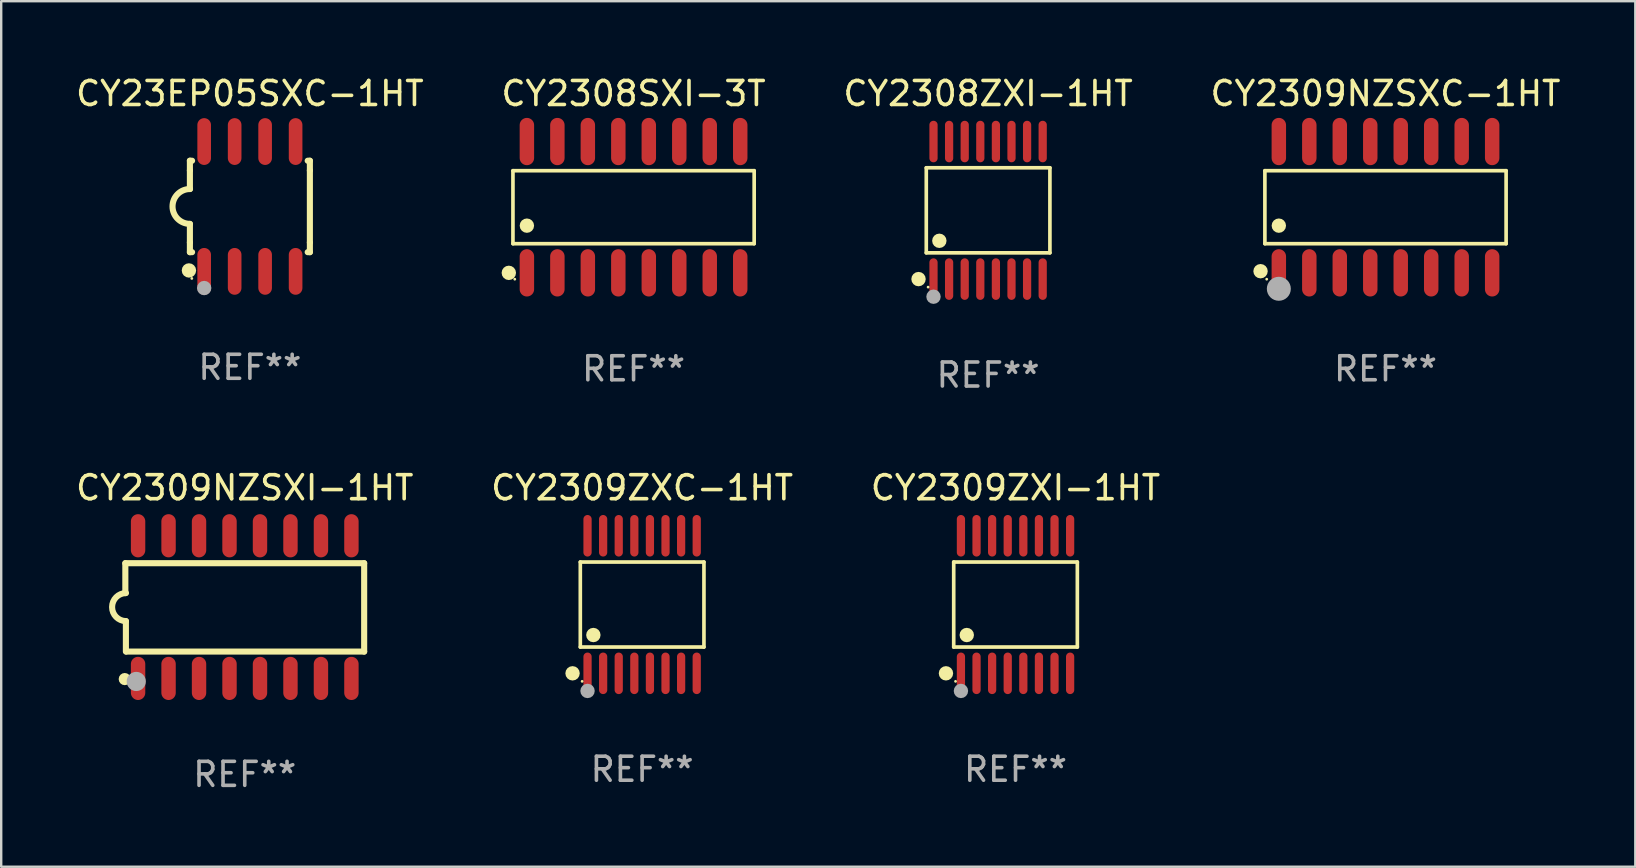
<source format=kicad_pcb>
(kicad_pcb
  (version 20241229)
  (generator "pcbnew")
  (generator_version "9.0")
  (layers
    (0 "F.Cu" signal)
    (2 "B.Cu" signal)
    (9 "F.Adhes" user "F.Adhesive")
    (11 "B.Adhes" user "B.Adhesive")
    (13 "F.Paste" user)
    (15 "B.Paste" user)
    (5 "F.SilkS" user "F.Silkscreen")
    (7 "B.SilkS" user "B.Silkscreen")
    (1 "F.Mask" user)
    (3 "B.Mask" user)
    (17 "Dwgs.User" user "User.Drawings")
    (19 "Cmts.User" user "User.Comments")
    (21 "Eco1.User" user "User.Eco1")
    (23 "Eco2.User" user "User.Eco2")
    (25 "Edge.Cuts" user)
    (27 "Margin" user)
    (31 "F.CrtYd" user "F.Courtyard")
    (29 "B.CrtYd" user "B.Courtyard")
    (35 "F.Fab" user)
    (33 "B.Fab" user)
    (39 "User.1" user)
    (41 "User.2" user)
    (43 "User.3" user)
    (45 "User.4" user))
  (footprint "CY2309NZSXI-1HT"
    (layer "F.Cu")
    (at 7.149 22.248)
    (property "Reference" "CY2309NZSXI-1HT" (at 0 -4.972 0) (layer "F.SilkS") (effects (font (size 1 1) (thickness 0.15))))
    (attr through_hole)
    (fp_line (start -4.976 -1.829) (end -4.976 -0.584) (stroke (width 0.254) (type solid)) (layer "F.SilkS"))
    (fp_line (start -4.953 0.584) (end -4.953 1.854) (stroke (width 0.254) (type solid)) (layer "F.SilkS"))
    (fp_line (start -4.928 1.854) (end 4.976 1.854) (stroke (width 0.254) (type solid)) (layer "F.SilkS"))
    (fp_line (start 4.976 -1.829) (end -4.976 -1.829) (stroke (width 0.254) (type solid)) (layer "F.SilkS"))
    (fp_line (start 4.976 1.854) (end 4.976 -1.829) (stroke (width 0.254) (type solid)) (layer "F.SilkS"))
    (fp_arc (start -4.95301 0.584201) (mid -5.533866 -0.00152) (end -4.950088 -0.584329) (stroke (width 0.254001) (type solid)) (layer "F.SilkS"))
    (fp_circle (center -5 3) (end -4.873 3) (stroke (width 0.254) (type solid)) (fill no) (layer "F.SilkS"))
    (fp_circle (center -4.521 3.099) (end -4.321 3.099) (stroke (width 0.4) (type solid)) (fill no) (layer "F.Fab"))
    (fp_text user "REF**" (at 0 6.972 0) (layer "F.Fab") (effects (font (size 1 1) (thickness 0.15))))
    (pad "1" smd oval (at -4.445 2.972 180) (size 0.6 1.8) (layers "F.Cu" "F.Mask" "F.Paste"))
    (pad "2" smd oval (at -3.175 2.972 180) (size 0.6 1.8) (layers "F.Cu" "F.Mask" "F.Paste"))
    (pad "3" smd oval (at -1.905 2.972 180) (size 0.6 1.8) (layers "F.Cu" "F.Mask" "F.Paste"))
    (pad "4" smd oval (at -0.635 2.972 180) (size 0.6 1.8) (layers "F.Cu" "F.Mask" "F.Paste"))
    (pad "5" smd oval (at 0.635 2.972 180) (size 0.6 1.8) (layers "F.Cu" "F.Mask" "F.Paste"))
    (pad "6" smd oval (at 1.905 2.972 180) (size 0.6 1.8) (layers "F.Cu" "F.Mask" "F.Paste"))
    (pad "7" smd oval (at 3.175 2.972 180) (size 0.6 1.8) (layers "F.Cu" "F.Mask" "F.Paste"))
    (pad "8" smd oval (at 4.445 2.972 180) (size 0.6 1.8) (layers "F.Cu" "F.Mask" "F.Paste"))
    (pad "9" smd oval (at 4.445 -2.972 180) (size 0.6 1.8) (layers "F.Cu" "F.Mask" "F.Paste"))
    (pad "10" smd oval (at 3.175 -2.972 180) (size 0.6 1.8) (layers "F.Cu" "F.Mask" "F.Paste"))
    (pad "11" smd oval (at 1.905 -2.972 180) (size 0.6 1.8) (layers "F.Cu" "F.Mask" "F.Paste"))
    (pad "12" smd oval (at 0.635 -2.972 180) (size 0.6 1.8) (layers "F.Cu" "F.Mask" "F.Paste"))
    (pad "13" smd oval (at -0.635 -2.972 180) (size 0.6 1.8) (layers "F.Cu" "F.Mask" "F.Paste"))
    (pad "14" smd oval (at -1.905 -2.972 180) (size 0.6 1.8) (layers "F.Cu" "F.Mask" "F.Paste"))
    (pad "15" smd oval (at -3.175 -2.972 180) (size 0.6 1.8) (layers "F.Cu" "F.Mask" "F.Paste"))
    (pad "16" smd oval (at -4.445 -2.972 180) (size 0.6 1.8) (layers "F.Cu" "F.Mask" "F.Paste")))
  (footprint "CY2309ZXI-1HT"
    (layer "F.Cu")
    (at 39.268 22.142)
    (property "Reference" "CY2309ZXI-1HT" (at 0 -4.866 0) (layer "F.SilkS") (effects (font (size 1 1) (thickness 0.15))))
    (attr through_hole)
    (fp_line (start -2.576 -1.772) (end 2.576 -1.772) (stroke (width 0.152) (type solid)) (layer "F.SilkS"))
    (fp_line (start -2.576 1.771) (end -2.576 -1.772) (stroke (width 0.152) (type solid)) (layer "F.SilkS"))
    (fp_line (start 2.576 -1.772) (end 2.576 1.771) (stroke (width 0.152) (type solid)) (layer "F.SilkS"))
    (fp_line (start 2.576 1.771) (end -2.576 1.771) (stroke (width 0.152) (type solid)) (layer "F.SilkS"))
    (fp_circle (center -2.899 2.866) (end -2.749 2.866) (stroke (width 0.3) (type solid)) (fill no) (layer "F.SilkS"))
    (fp_circle (center -2.5 3.2) (end -2.47 3.2) (stroke (width 0.06) (type solid)) (fill no) (layer "F.SilkS"))
    (fp_circle (center -2.032 1.27) (end -1.882 1.27) (stroke (width 0.3) (type solid)) (fill no) (layer "F.SilkS"))
    (fp_circle (center -2.275 3.6) (end -2.125 3.6) (stroke (width 0.3) (type solid)) (fill no) (layer "F.Fab"))
    (fp_text user "REF**" (at 0 6.866 0) (layer "F.Fab") (effects (font (size 1 1) (thickness 0.15))))
    (pad "1" smd oval (at -2.275 2.866) (size 0.343 1.731) (layers "F.Cu" "F.Mask" "F.Paste"))
    (pad "2" smd oval (at -1.625 2.866) (size 0.343 1.731) (layers "F.Cu" "F.Mask" "F.Paste"))
    (pad "3" smd oval (at -0.975 2.866) (size 0.343 1.731) (layers "F.Cu" "F.Mask" "F.Paste"))
    (pad "4" smd oval (at -0.325 2.866) (size 0.343 1.731) (layers "F.Cu" "F.Mask" "F.Paste"))
    (pad "5" smd oval (at 0.325 2.866) (size 0.343 1.731) (layers "F.Cu" "F.Mask" "F.Paste"))
    (pad "6" smd oval (at 0.975 2.866) (size 0.343 1.731) (layers "F.Cu" "F.Mask" "F.Paste"))
    (pad "7" smd oval (at 1.625 2.866) (size 0.343 1.731) (layers "F.Cu" "F.Mask" "F.Paste"))
    (pad "8" smd oval (at 2.275 2.866) (size 0.343 1.731) (layers "F.Cu" "F.Mask" "F.Paste"))
    (pad "9" smd oval (at 2.275 -2.866) (size 0.343 1.731) (layers "F.Cu" "F.Mask" "F.Paste"))
    (pad "10" smd oval (at 1.625 -2.866) (size 0.343 1.731) (layers "F.Cu" "F.Mask" "F.Paste"))
    (pad "11" smd oval (at 0.975 -2.866) (size 0.343 1.731) (layers "F.Cu" "F.Mask" "F.Paste"))
    (pad "12" smd oval (at 0.325 -2.866) (size 0.343 1.731) (layers "F.Cu" "F.Mask" "F.Paste"))
    (pad "13" smd oval (at -0.325 -2.866) (size 0.343 1.731) (layers "F.Cu" "F.Mask" "F.Paste"))
    (pad "14" smd oval (at -0.975 -2.866) (size 0.343 1.731) (layers "F.Cu" "F.Mask" "F.Paste"))
    (pad "15" smd oval (at -1.625 -2.866) (size 0.343 1.731) (layers "F.Cu" "F.Mask" "F.Paste"))
    (pad "16" smd oval (at -2.275 -2.866) (size 0.343 1.731) (layers "F.Cu" "F.Mask" "F.Paste")))
  (footprint "CY2308SXI-3T"
    (layer "F.Cu")
    (at 23.351 5.584)
    (property "Reference" "CY2308SXI-3T" (at 0 -4.736 0) (layer "F.SilkS") (effects (font (size 1 1) (thickness 0.15))))
    (attr through_hole)
    (fp_line (start -5.026 -1.521) (end 5.026 -1.521) (stroke (width 0.152) (type solid)) (layer "F.SilkS"))
    (fp_line (start -5.026 1.521) (end -5.026 -1.521) (stroke (width 0.152) (type solid)) (layer "F.SilkS"))
    (fp_line (start 5.026 -1.521) (end 5.026 1.521) (stroke (width 0.152) (type solid)) (layer "F.SilkS"))
    (fp_line (start 5.026 1.521) (end -5.026 1.521) (stroke (width 0.152) (type solid)) (layer "F.SilkS"))
    (fp_circle (center -5.198 2.736) (end -5.048 2.736) (stroke (width 0.3) (type solid)) (fill no) (layer "F.SilkS"))
    (fp_circle (center -4.95 3) (end -4.92 3) (stroke (width 0.06) (type solid)) (fill no) (layer "F.SilkS"))
    (fp_circle (center -4.445 0.769) (end -4.295 0.769) (stroke (width 0.3) (type solid)) (fill no) (layer "F.SilkS"))
    (fp_text user "REF**" (at 0 6.736 0) (layer "F.Fab") (effects (font (size 1 1) (thickness 0.15))))
    (pad "1" smd oval (at -4.445 2.736) (size 0.602 1.971) (layers "F.Cu" "F.Mask" "F.Paste"))
    (pad "2" smd oval (at -3.175 2.736) (size 0.602 1.971) (layers "F.Cu" "F.Mask" "F.Paste"))
    (pad "3" smd oval (at -1.905 2.736) (size 0.602 1.971) (layers "F.Cu" "F.Mask" "F.Paste"))
    (pad "4" smd oval (at -0.635 2.736) (size 0.602 1.971) (layers "F.Cu" "F.Mask" "F.Paste"))
    (pad "5" smd oval (at 0.635 2.736) (size 0.602 1.971) (layers "F.Cu" "F.Mask" "F.Paste"))
    (pad "6" smd oval (at 1.905 2.736) (size 0.602 1.971) (layers "F.Cu" "F.Mask" "F.Paste"))
    (pad "7" smd oval (at 3.175 2.736) (size 0.602 1.971) (layers "F.Cu" "F.Mask" "F.Paste"))
    (pad "8" smd oval (at 4.445 2.736) (size 0.602 1.971) (layers "F.Cu" "F.Mask" "F.Paste"))
    (pad "9" smd oval (at 4.445 -2.736) (size 0.602 1.971) (layers "F.Cu" "F.Mask" "F.Paste"))
    (pad "10" smd oval (at 3.175 -2.736) (size 0.602 1.971) (layers "F.Cu" "F.Mask" "F.Paste"))
    (pad "11" smd oval (at 1.905 -2.736) (size 0.602 1.971) (layers "F.Cu" "F.Mask" "F.Paste"))
    (pad "12" smd oval (at 0.635 -2.736) (size 0.602 1.971) (layers "F.Cu" "F.Mask" "F.Paste"))
    (pad "13" smd oval (at -0.635 -2.736) (size 0.602 1.971) (layers "F.Cu" "F.Mask" "F.Paste"))
    (pad "14" smd oval (at -1.905 -2.736) (size 0.602 1.971) (layers "F.Cu" "F.Mask" "F.Paste"))
    (pad "15" smd oval (at -3.175 -2.736) (size 0.602 1.971) (layers "F.Cu" "F.Mask" "F.Paste"))
    (pad "16" smd oval (at -4.445 -2.736) (size 0.602 1.971) (layers "F.Cu" "F.Mask" "F.Paste")))
  (footprint "CY2309NZSXC-1HT"
    (layer "F.Cu")
    (at 54.685 5.584)
    (property "Reference" "CY2309NZSXC-1HT" (at 0 -4.736 0) (layer "F.SilkS") (effects (font (size 1 1) (thickness 0.15))))
    (attr through_hole)
    (fp_line (start -5.026 -1.521) (end 5.026 -1.521) (stroke (width 0.152) (type solid)) (layer "F.SilkS"))
    (fp_line (start -5.026 1.521) (end -5.026 -1.521) (stroke (width 0.152) (type solid)) (layer "F.SilkS"))
    (fp_line (start 5.026 -1.521) (end 5.026 1.521) (stroke (width 0.152) (type solid)) (layer "F.SilkS"))
    (fp_line (start 5.026 1.521) (end -5.026 1.521) (stroke (width 0.152) (type solid)) (layer "F.SilkS"))
    (fp_circle (center -5.207 2.667) (end -5.057 2.667) (stroke (width 0.3) (type solid)) (fill no) (layer "F.SilkS"))
    (fp_circle (center -4.95 3) (end -4.92 3) (stroke (width 0.06) (type solid)) (fill no) (layer "F.SilkS"))
    (fp_circle (center -4.445 0.769) (end -4.295 0.769) (stroke (width 0.3) (type solid)) (fill no) (layer "F.SilkS"))
    (fp_circle (center -4.445 3.4) (end -4.195 3.4) (stroke (width 0.5) (type solid)) (fill no) (layer "F.Fab"))
    (fp_text user "REF**" (at 0 6.736 0) (layer "F.Fab") (effects (font (size 1 1) (thickness 0.15))))
    (pad "1" smd oval (at -4.445 2.736) (size 0.602 1.971) (layers "F.Cu" "F.Mask" "F.Paste"))
    (pad "2" smd oval (at -3.175 2.736) (size 0.602 1.971) (layers "F.Cu" "F.Mask" "F.Paste"))
    (pad "3" smd oval (at -1.905 2.736) (size 0.602 1.971) (layers "F.Cu" "F.Mask" "F.Paste"))
    (pad "4" smd oval (at -0.635 2.736) (size 0.602 1.971) (layers "F.Cu" "F.Mask" "F.Paste"))
    (pad "5" smd oval (at 0.635 2.736) (size 0.602 1.971) (layers "F.Cu" "F.Mask" "F.Paste"))
    (pad "6" smd oval (at 1.905 2.736) (size 0.602 1.971) (layers "F.Cu" "F.Mask" "F.Paste"))
    (pad "7" smd oval (at 3.175 2.736) (size 0.602 1.971) (layers "F.Cu" "F.Mask" "F.Paste"))
    (pad "8" smd oval (at 4.445 2.736) (size 0.602 1.971) (layers "F.Cu" "F.Mask" "F.Paste"))
    (pad "9" smd oval (at 4.445 -2.736) (size 0.602 1.971) (layers "F.Cu" "F.Mask" "F.Paste"))
    (pad "10" smd oval (at 3.175 -2.736) (size 0.602 1.971) (layers "F.Cu" "F.Mask" "F.Paste"))
    (pad "11" smd oval (at 1.905 -2.736) (size 0.602 1.971) (layers "F.Cu" "F.Mask" "F.Paste"))
    (pad "12" smd oval (at 0.635 -2.736) (size 0.602 1.971) (layers "F.Cu" "F.Mask" "F.Paste"))
    (pad "13" smd oval (at -0.635 -2.736) (size 0.602 1.971) (layers "F.Cu" "F.Mask" "F.Paste"))
    (pad "14" smd oval (at -1.905 -2.736) (size 0.602 1.971) (layers "F.Cu" "F.Mask" "F.Paste"))
    (pad "15" smd oval (at -3.175 -2.736) (size 0.602 1.971) (layers "F.Cu" "F.Mask" "F.Paste"))
    (pad "16" smd oval (at -4.445 -2.736) (size 0.602 1.971) (layers "F.Cu" "F.Mask" "F.Paste")))
  (footprint "CY23EP05SXC-1HT"
    (layer "F.Cu")
    (at 7.363 5.553)
    (property "Reference" "CY23EP05SXC-1HT" (at 0 -4.705 0) (layer "F.SilkS") (effects (font (size 1 1) (thickness 0.15))))
    (attr through_hole)
    (fp_line (start -2.5 -1.905) (end -2.409 -1.905) (stroke (width 0.254) (type solid)) (layer "F.SilkS"))
    (fp_line (start -2.5 -1.5) (end -2.5 -1.905) (stroke (width 0.254) (type solid)) (layer "F.SilkS"))
    (fp_line (start -2.5 -1.5) (end -2.5 -0.726) (stroke (width 0.254) (type solid)) (layer "F.SilkS"))
    (fp_line (start -2.5 1.5) (end -2.5 0.727) (stroke (width 0.254) (type solid)) (layer "F.SilkS"))
    (fp_line (start -2.5 1.5) (end -2.5 1.905) (stroke (width 0.254) (type solid)) (layer "F.SilkS"))
    (fp_line (start -2.5 1.905) (end -2.409 1.905) (stroke (width 0.254) (type solid)) (layer "F.SilkS"))
    (fp_line (start 2.5 -1.905) (end 2.409 -1.905) (stroke (width 0.254) (type solid)) (layer "F.SilkS"))
    (fp_line (start 2.5 -1.5) (end 2.5 -1.905) (stroke (width 0.254) (type solid)) (layer "F.SilkS"))
    (fp_line (start 2.5 -1.5) (end 2.5 1.5) (stroke (width 0.254) (type solid)) (layer "F.SilkS"))
    (fp_line (start 2.5 1.5) (end 2.5 1.905) (stroke (width 0.254) (type solid)) (layer "F.SilkS"))
    (fp_line (start 2.5 1.905) (end 2.409 1.905) (stroke (width 0.254) (type solid)) (layer "F.SilkS"))
    (fp_arc (start -2.5 0.726568) (mid -3.220316 -0.0023) (end -2.495097 -0.726289) (stroke (width 0.254001) (type solid)) (layer "F.SilkS"))
    (fp_circle (center -2.54 2.667) (end -2.39 2.667) (stroke (width 0.3) (type solid)) (fill no) (layer "F.SilkS"))
    (fp_circle (center -2.42 3) (end -2.39 3) (stroke (width 0.06) (type solid)) (fill no) (layer "F.SilkS"))
    (fp_circle (center -1.905 3.4) (end -1.755 3.4) (stroke (width 0.3) (type solid)) (fill no) (layer "F.Fab"))
    (fp_text user "REF**" (at 0 6.705 0) (layer "F.Fab") (effects (font (size 1 1) (thickness 0.15))))
    (pad "1" smd oval (at -1.905 2.705) (size 0.568 1.95) (layers "F.Cu" "F.Mask" "F.Paste"))
    (pad "2" smd oval (at -0.635 2.705) (size 0.568 1.95) (layers "F.Cu" "F.Mask" "F.Paste"))
    (pad "3" smd oval (at 0.635 2.705) (size 0.568 1.95) (layers "F.Cu" "F.Mask" "F.Paste"))
    (pad "4" smd oval (at 1.905 2.705) (size 0.568 1.95) (layers "F.Cu" "F.Mask" "F.Paste"))
    (pad "5" smd oval (at 1.905 -2.705) (size 0.568 1.95) (layers "F.Cu" "F.Mask" "F.Paste"))
    (pad "6" smd oval (at 0.635 -2.705) (size 0.568 1.95) (layers "F.Cu" "F.Mask" "F.Paste"))
    (pad "7" smd oval (at -0.635 -2.705) (size 0.568 1.95) (layers "F.Cu" "F.Mask" "F.Paste"))
    (pad "8" smd oval (at -1.905 -2.705) (size 0.568 1.95) (layers "F.Cu" "F.Mask" "F.Paste")))
  (footprint "CY2308ZXI-1HT"
    (layer "F.Cu")
    (at 38.125 5.714)
    (property "Reference" "CY2308ZXI-1HT" (at 0 -4.866 0) (layer "F.SilkS") (effects (font (size 1 1) (thickness 0.15))))
    (attr through_hole)
    (fp_line (start -2.576 -1.772) (end 2.576 -1.772) (stroke (width 0.152) (type solid)) (layer "F.SilkS"))
    (fp_line (start -2.576 1.771) (end -2.576 -1.772) (stroke (width 0.152) (type solid)) (layer "F.SilkS"))
    (fp_line (start 2.576 -1.772) (end 2.576 1.771) (stroke (width 0.152) (type solid)) (layer "F.SilkS"))
    (fp_line (start 2.576 1.771) (end -2.576 1.771) (stroke (width 0.152) (type solid)) (layer "F.SilkS"))
    (fp_circle (center -2.899 2.866) (end -2.749 2.866) (stroke (width 0.3) (type solid)) (fill no) (layer "F.SilkS"))
    (fp_circle (center -2.5 3.2) (end -2.47 3.2) (stroke (width 0.06) (type solid)) (fill no) (layer "F.SilkS"))
    (fp_circle (center -2.032 1.27) (end -1.882 1.27) (stroke (width 0.3) (type solid)) (fill no) (layer "F.SilkS"))
    (fp_circle (center -2.275 3.6) (end -2.125 3.6) (stroke (width 0.3) (type solid)) (fill no) (layer "F.Fab"))
    (fp_text user "REF**" (at 0 6.866 0) (layer "F.Fab") (effects (font (size 1 1) (thickness 0.15))))
    (pad "1" smd oval (at -2.275 2.866) (size 0.343 1.731) (layers "F.Cu" "F.Mask" "F.Paste"))
    (pad "2" smd oval (at -1.625 2.866) (size 0.343 1.731) (layers "F.Cu" "F.Mask" "F.Paste"))
    (pad "3" smd oval (at -0.975 2.866) (size 0.343 1.731) (layers "F.Cu" "F.Mask" "F.Paste"))
    (pad "4" smd oval (at -0.325 2.866) (size 0.343 1.731) (layers "F.Cu" "F.Mask" "F.Paste"))
    (pad "5" smd oval (at 0.325 2.866) (size 0.343 1.731) (layers "F.Cu" "F.Mask" "F.Paste"))
    (pad "6" smd oval (at 0.975 2.866) (size 0.343 1.731) (layers "F.Cu" "F.Mask" "F.Paste"))
    (pad "7" smd oval (at 1.625 2.866) (size 0.343 1.731) (layers "F.Cu" "F.Mask" "F.Paste"))
    (pad "8" smd oval (at 2.275 2.866) (size 0.343 1.731) (layers "F.Cu" "F.Mask" "F.Paste"))
    (pad "9" smd oval (at 2.275 -2.866) (size 0.343 1.731) (layers "F.Cu" "F.Mask" "F.Paste"))
    (pad "10" smd oval (at 1.625 -2.866) (size 0.343 1.731) (layers "F.Cu" "F.Mask" "F.Paste"))
    (pad "11" smd oval (at 0.975 -2.866) (size 0.343 1.731) (layers "F.Cu" "F.Mask" "F.Paste"))
    (pad "12" smd oval (at 0.325 -2.866) (size 0.343 1.731) (layers "F.Cu" "F.Mask" "F.Paste"))
    (pad "13" smd oval (at -0.325 -2.866) (size 0.343 1.731) (layers "F.Cu" "F.Mask" "F.Paste"))
    (pad "14" smd oval (at -0.975 -2.866) (size 0.343 1.731) (layers "F.Cu" "F.Mask" "F.Paste"))
    (pad "15" smd oval (at -1.625 -2.866) (size 0.343 1.731) (layers "F.Cu" "F.Mask" "F.Paste"))
    (pad "16" smd oval (at -2.275 -2.866) (size 0.343 1.731) (layers "F.Cu" "F.Mask" "F.Paste")))
  (footprint "CY2309ZXC-1HT"
    (layer "F.Cu")
    (at 23.708 22.142)
    (property "Reference" "CY2309ZXC-1HT" (at 0 -4.866 0) (layer "F.SilkS") (effects (font (size 1 1) (thickness 0.15))))
    (attr through_hole)
    (fp_line (start -2.576 -1.772) (end 2.576 -1.772) (stroke (width 0.152) (type solid)) (layer "F.SilkS"))
    (fp_line (start -2.576 1.771) (end -2.576 -1.772) (stroke (width 0.152) (type solid)) (layer "F.SilkS"))
    (fp_line (start 2.576 -1.772) (end 2.576 1.771) (stroke (width 0.152) (type solid)) (layer "F.SilkS"))
    (fp_line (start 2.576 1.771) (end -2.576 1.771) (stroke (width 0.152) (type solid)) (layer "F.SilkS"))
    (fp_circle (center -2.899 2.866) (end -2.749 2.866) (stroke (width 0.3) (type solid)) (fill no) (layer "F.SilkS"))
    (fp_circle (center -2.5 3.2) (end -2.47 3.2) (stroke (width 0.06) (type solid)) (fill no) (layer "F.SilkS"))
    (fp_circle (center -2.032 1.27) (end -1.882 1.27) (stroke (width 0.3) (type solid)) (fill no) (layer "F.SilkS"))
    (fp_circle (center -2.275 3.6) (end -2.125 3.6) (stroke (width 0.3) (type solid)) (fill no) (layer "F.Fab"))
    (fp_text user "REF**" (at 0 6.866 0) (layer "F.Fab") (effects (font (size 1 1) (thickness 0.15))))
    (pad "1" smd oval (at -2.275 2.866) (size 0.343 1.731) (layers "F.Cu" "F.Mask" "F.Paste"))
    (pad "2" smd oval (at -1.625 2.866) (size 0.343 1.731) (layers "F.Cu" "F.Mask" "F.Paste"))
    (pad "3" smd oval (at -0.975 2.866) (size 0.343 1.731) (layers "F.Cu" "F.Mask" "F.Paste"))
    (pad "4" smd oval (at -0.325 2.866) (size 0.343 1.731) (layers "F.Cu" "F.Mask" "F.Paste"))
    (pad "5" smd oval (at 0.325 2.866) (size 0.343 1.731) (layers "F.Cu" "F.Mask" "F.Paste"))
    (pad "6" smd oval (at 0.975 2.866) (size 0.343 1.731) (layers "F.Cu" "F.Mask" "F.Paste"))
    (pad "7" smd oval (at 1.625 2.866) (size 0.343 1.731) (layers "F.Cu" "F.Mask" "F.Paste"))
    (pad "8" smd oval (at 2.275 2.866) (size 0.343 1.731) (layers "F.Cu" "F.Mask" "F.Paste"))
    (pad "9" smd oval (at 2.275 -2.866) (size 0.343 1.731) (layers "F.Cu" "F.Mask" "F.Paste"))
    (pad "10" smd oval (at 1.625 -2.866) (size 0.343 1.731) (layers "F.Cu" "F.Mask" "F.Paste"))
    (pad "11" smd oval (at 0.975 -2.866) (size 0.343 1.731) (layers "F.Cu" "F.Mask" "F.Paste"))
    (pad "12" smd oval (at 0.325 -2.866) (size 0.343 1.731) (layers "F.Cu" "F.Mask" "F.Paste"))
    (pad "13" smd oval (at -0.325 -2.866) (size 0.343 1.731) (layers "F.Cu" "F.Mask" "F.Paste"))
    (pad "14" smd oval (at -0.975 -2.866) (size 0.343 1.731) (layers "F.Cu" "F.Mask" "F.Paste"))
    (pad "15" smd oval (at -1.625 -2.866) (size 0.343 1.731) (layers "F.Cu" "F.Mask" "F.Paste"))
    (pad "16" smd oval (at -2.275 -2.866) (size 0.343 1.731) (layers "F.Cu" "F.Mask" "F.Paste")))
  (gr_rect
    (start -3 -3)
    (end 65.095 33.068)
    (stroke (width 0.1) (type default))
    (fill no)
    (layer "Edge.Cuts")))
</source>
